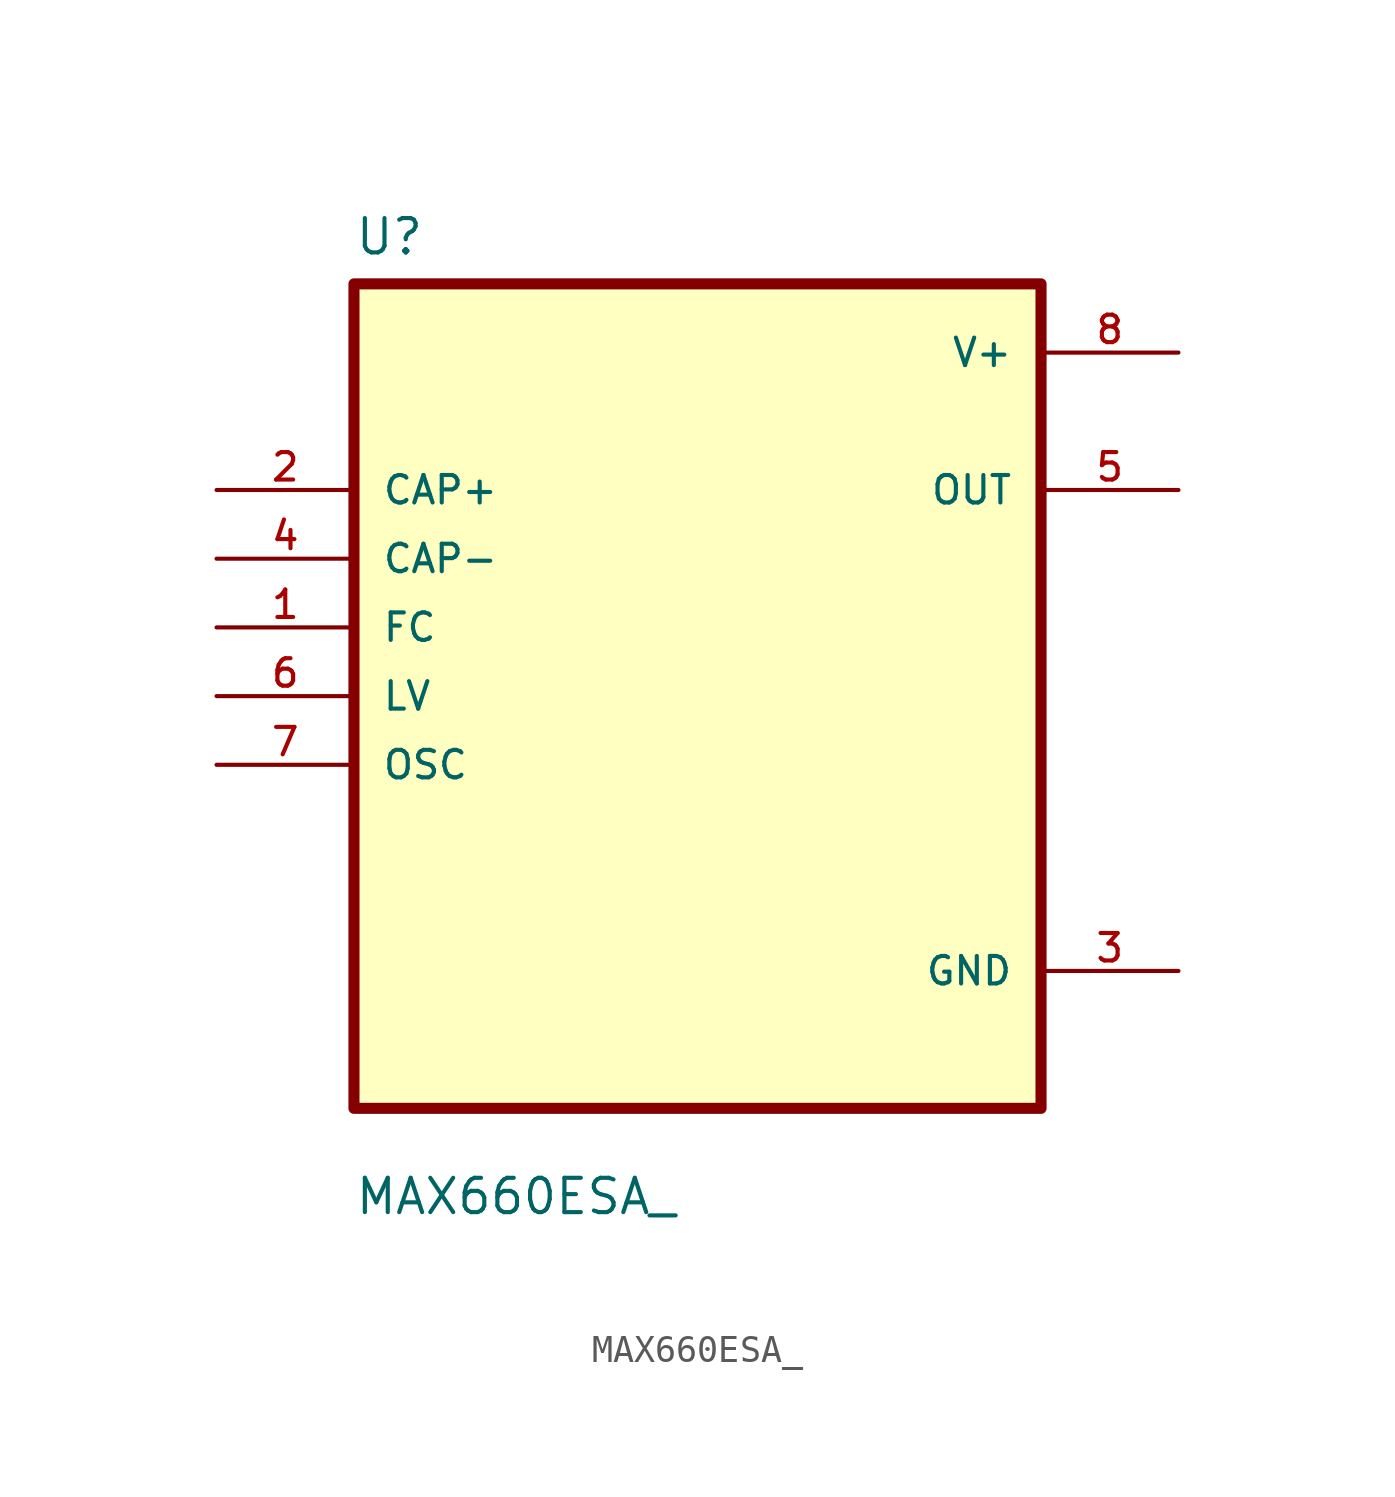
<source format=kicad_sym>
(kicad_symbol_lib
  (version 20211014)
  (generator kicad_symbol_editor)
  (symbol "MAX660ESA_"
    (pin_names
      (offset 1.016))
    (property "Reference" "U"
      (at -12.7 16.24 0.0)
      (effects (font (size 1.27 1.27)) (justify bottom left)))
    (property "Value" "MAX660ESA_"
      (at -12.7 -19.24 0.0)
      (effects (font (size 1.27 1.27)) (justify bottom left)))
    (symbol "MAX660ESA__0_0"
      (rectangle (start -12.7 -15.24) (end 12.7 15.24) (stroke (width 0.41)) (fill (type background)))
      (pin input line (at -17.78 7.62 0) (length 5.08) (name "CAP+" (effects (font (size 1.016 1.016)))) (number "2" (effects (font (size 1.016 1.016)))))
      (pin input line (at -17.78 5.08 0) (length 5.08) (name "CAP-" (effects (font (size 1.016 1.016)))) (number "4" (effects (font (size 1.016 1.016)))))
      (pin input line (at -17.78 2.54 0) (length 5.08) (name "FC" (effects (font (size 1.016 1.016)))) (number "1" (effects (font (size 1.016 1.016)))))
      (pin input line (at -17.78 0.0 0) (length 5.08) (name "LV" (effects (font (size 1.016 1.016)))) (number "6" (effects (font (size 1.016 1.016)))))
      (pin input line (at -17.78 -2.54 0) (length 5.08) (name "OSC" (effects (font (size 1.016 1.016)))) (number "7" (effects (font (size 1.016 1.016)))))
      (pin power_in line (at 17.78 12.7 180.0) (length 5.08) (name "V+" (effects (font (size 1.016 1.016)))) (number "8" (effects (font (size 1.016 1.016)))))
      (pin output line (at 17.78 7.62 180.0) (length 5.08) (name "OUT" (effects (font (size 1.016 1.016)))) (number "5" (effects (font (size 1.016 1.016)))))
      (pin power_in line (at 17.78 -10.16 180.0) (length 5.08) (name "GND" (effects (font (size 1.016 1.016)))) (number "3" (effects (font (size 1.016 1.016))))))))
</source>
